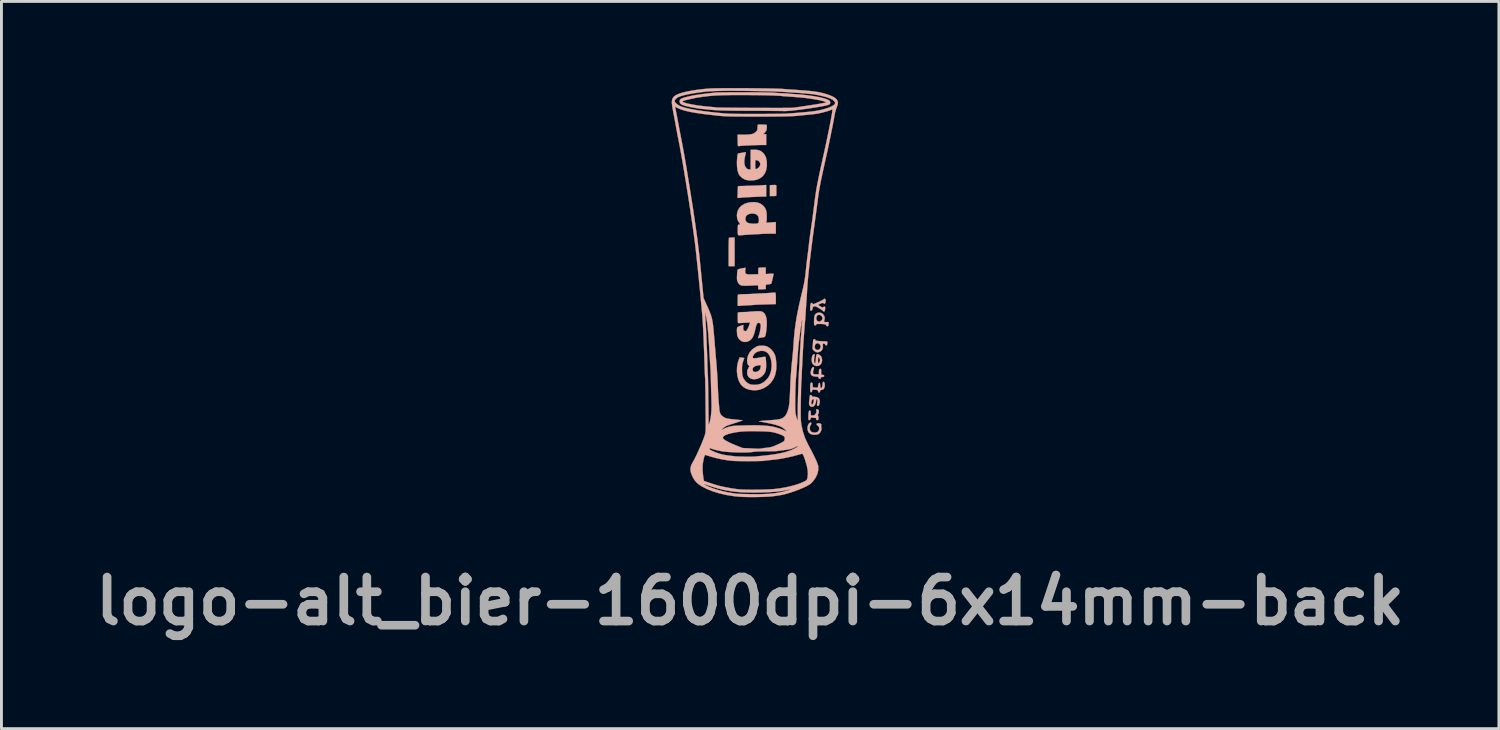
<source format=kicad_pcb>
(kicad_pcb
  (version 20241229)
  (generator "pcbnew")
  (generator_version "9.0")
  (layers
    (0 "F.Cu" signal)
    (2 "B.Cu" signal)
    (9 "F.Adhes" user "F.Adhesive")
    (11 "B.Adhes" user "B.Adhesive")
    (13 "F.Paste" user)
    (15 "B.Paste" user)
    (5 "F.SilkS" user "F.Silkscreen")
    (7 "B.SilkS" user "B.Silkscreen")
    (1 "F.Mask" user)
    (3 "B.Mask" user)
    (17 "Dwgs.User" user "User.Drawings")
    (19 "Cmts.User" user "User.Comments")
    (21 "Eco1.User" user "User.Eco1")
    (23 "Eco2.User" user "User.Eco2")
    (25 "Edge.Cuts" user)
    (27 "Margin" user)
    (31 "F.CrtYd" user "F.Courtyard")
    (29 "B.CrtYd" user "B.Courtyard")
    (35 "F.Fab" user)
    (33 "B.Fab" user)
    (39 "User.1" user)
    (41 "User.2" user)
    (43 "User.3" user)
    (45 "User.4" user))
  (footprint "logo-alt_bier-1600dpi-6x14mm-back"
    (layer "F.Cu")
    (at 22.965 6.952)
    (property "Reference" "logo-alt_bier-1600dpi-6x14mm-back" (at -0.025 10.825 0) (layer "F.Fab") (effects (font (size 1.524 1.524) (thickness 0.3))))
    (attr through_hole)
    (fp_poly (pts (xy -0.656 -1.771) (xy -0.707 -1.768) (xy -0.745 -1.766) (xy -0.759 -1.765) (xy -0.762 -1.75) (xy -0.764 -1.706) (xy -0.767 -1.639) (xy -0.769 -1.551) (xy -0.77 -1.447) (xy -0.771 -1.33) (xy -0.771 -1.272) (xy -0.771 -0.78) (xy -0.564 -0.78) (xy -0.564 -1.775) (xy -0.656 -1.771)) (stroke (width 0.01) (type solid)) (fill yes) (layer "B.SilkS"))
    (fp_poly (pts (xy 0.769 -3.592) (xy 0.658 -3.587) (xy 0.658 -3.209) (xy 0.769 -3.209) (xy 0.834 -3.211) (xy 0.87 -3.218) (xy 0.881 -3.229) (xy 0.881 -3.26) (xy 0.882 -3.313) (xy 0.882 -3.377) (xy 0.882 -3.443) (xy 0.882 -3.504) (xy 0.882 -3.551) (xy 0.881 -3.574) (xy 0.875 -3.586) (xy 0.853 -3.593) (xy 0.81 -3.594) (xy 0.769 -3.592)) (stroke (width 0.01) (type solid)) (fill yes) (layer "B.SilkS"))
    (fp_poly (pts (xy 0.384 -3.584) (xy 0.322 -3.58) (xy 0.236 -3.576) (xy 0.134 -3.572) (xy 0.022 -3.568) (xy -0.09 -3.564) (xy -0.104 -3.564) (xy -0.204 -3.561) (xy -0.293 -3.558) (xy -0.366 -3.556) (xy -0.418 -3.554) (xy -0.445 -3.552) (xy -0.448 -3.552) (xy -0.449 -3.536) (xy -0.451 -3.495) (xy -0.453 -3.434) (xy -0.456 -3.359) (xy -0.456 -3.348) (xy -0.463 -3.145) (xy -0.413 -3.145) (xy -0.376 -3.147) (xy -0.356 -3.152) (xy -0.356 -3.153) (xy -0.338 -3.156) (xy -0.295 -3.16) (xy -0.231 -3.164) (xy -0.152 -3.168) (xy -0.111 -3.17) (xy -0.02 -3.174) (xy 0.067 -3.178) (xy 0.141 -3.181) (xy 0.194 -3.184) (xy 0.206 -3.185) (xy 0.263 -3.188) (xy 0.335 -3.19) (xy 0.408 -3.192) (xy 0.531 -3.193) (xy 0.531 -3.594) (xy 0.384 -3.584)) (stroke (width 0.01) (type solid)) (fill yes) (layer "B.SilkS"))
    (fp_poly (pts (xy 2.06 4.636) (xy 2.024 4.658) (xy 1.992 4.702) (xy 1.969 4.761) (xy 1.96 4.824) (xy 1.96 4.827) (xy 1.971 4.917) (xy 2.006 4.986) (xy 2.064 5.033) (xy 2.145 5.058) (xy 2.206 5.062) (xy 2.287 5.055) (xy 2.346 5.034) (xy 2.351 5.032) (xy 2.398 4.987) (xy 2.431 4.924) (xy 2.446 4.855) (xy 2.44 4.801) (xy 2.433 4.759) (xy 2.436 4.729) (xy 2.437 4.727) (xy 2.441 4.699) (xy 2.418 4.677) (xy 2.371 4.666) (xy 2.347 4.665) (xy 2.303 4.667) (xy 2.282 4.676) (xy 2.277 4.696) (xy 2.277 4.697) (xy 2.292 4.729) (xy 2.315 4.744) (xy 2.349 4.772) (xy 2.366 4.816) (xy 2.366 4.868) (xy 2.349 4.918) (xy 2.317 4.956) (xy 2.304 4.964) (xy 2.236 4.985) (xy 2.166 4.984) (xy 2.104 4.963) (xy 2.078 4.944) (xy 2.048 4.893) (xy 2.038 4.829) (xy 2.049 4.765) (xy 2.072 4.722) (xy 2.093 4.684) (xy 2.094 4.653) (xy 2.076 4.636) (xy 2.06 4.636)) (stroke (width 0.01) (type solid)) (fill yes) (layer "B.SilkS"))
    (fp_poly (pts (xy 2.13 2.73) (xy 2.105 2.768) (xy 2.085 2.82) (xy 2.073 2.881) (xy 2.072 2.905) (xy 2.079 2.965) (xy 2.106 3.006) (xy 2.155 3.031) (xy 2.231 3.043) (xy 2.235 3.043) (xy 2.291 3.048) (xy 2.324 3.055) (xy 2.339 3.067) (xy 2.344 3.084) (xy 2.358 3.111) (xy 2.383 3.124) (xy 2.407 3.121) (xy 2.42 3.099) (xy 2.42 3.096) (xy 2.427 3.073) (xy 2.453 3.062) (xy 2.48 3.059) (xy 2.52 3.052) (xy 2.537 3.037) (xy 2.539 3.022) (xy 2.531 2.998) (xy 2.501 2.987) (xy 2.488 2.985) (xy 2.436 2.98) (xy 2.436 2.878) (xy 2.435 2.823) (xy 2.43 2.792) (xy 2.42 2.778) (xy 2.406 2.776) (xy 2.379 2.785) (xy 2.364 2.813) (xy 2.357 2.866) (xy 2.357 2.896) (xy 2.357 2.967) (xy 2.279 2.967) (xy 2.227 2.965) (xy 2.187 2.96) (xy 2.175 2.957) (xy 2.156 2.934) (xy 2.151 2.89) (xy 2.162 2.833) (xy 2.174 2.797) (xy 2.189 2.75) (xy 2.183 2.724) (xy 2.182 2.722) (xy 2.157 2.713) (xy 2.13 2.73)) (stroke (width 0.01) (type solid)) (fill yes) (layer "B.SilkS"))
    (fp_poly (pts (xy 2.277 2.279) (xy 2.265 2.314) (xy 2.257 2.376) (xy 2.253 2.427) (xy 2.247 2.493) (xy 2.24 2.546) (xy 2.232 2.579) (xy 2.228 2.586) (xy 2.211 2.573) (xy 2.197 2.552) (xy 2.187 2.512) (xy 2.188 2.448) (xy 2.2 2.359) (xy 2.208 2.318) (xy 2.212 2.283) (xy 2.204 2.27) (xy 2.18 2.271) (xy 2.149 2.29) (xy 2.125 2.337) (xy 2.109 2.404) (xy 2.104 2.471) (xy 2.115 2.551) (xy 2.148 2.614) (xy 2.199 2.658) (xy 2.261 2.679) (xy 2.33 2.675) (xy 2.376 2.656) (xy 2.426 2.613) (xy 2.456 2.552) (xy 2.468 2.483) (xy 2.465 2.46) (xy 2.395 2.46) (xy 2.394 2.495) (xy 2.381 2.53) (xy 2.36 2.572) (xy 2.343 2.583) (xy 2.331 2.564) (xy 2.325 2.514) (xy 2.325 2.483) (xy 2.328 2.418) (xy 2.337 2.38) (xy 2.352 2.373) (xy 2.37 2.395) (xy 2.381 2.418) (xy 2.395 2.46) (xy 2.465 2.46) (xy 2.46 2.412) (xy 2.434 2.349) (xy 2.388 2.301) (xy 2.373 2.292) (xy 2.328 2.271) (xy 2.297 2.266) (xy 2.277 2.279)) (stroke (width 0.01) (type solid)) (fill yes) (layer "B.SilkS"))
    (fp_poly (pts (xy 2.269 4.177) (xy 2.264 4.196) (xy 2.268 4.23) (xy 2.272 4.273) (xy 2.259 4.31) (xy 2.237 4.342) (xy 2.206 4.377) (xy 2.177 4.392) (xy 2.137 4.392) (xy 2.079 4.387) (xy 2.074 4.304) (xy 2.069 4.254) (xy 2.06 4.229) (xy 2.044 4.221) (xy 2.04 4.221) (xy 2.019 4.232) (xy 2.005 4.267) (xy 1.996 4.328) (xy 1.992 4.417) (xy 1.992 4.447) (xy 1.992 4.504) (xy 1.997 4.536) (xy 2.006 4.551) (xy 2.022 4.554) (xy 2.024 4.554) (xy 2.05 4.544) (xy 2.065 4.508) (xy 2.066 4.505) (xy 2.076 4.471) (xy 2.094 4.462) (xy 2.123 4.465) (xy 2.175 4.472) (xy 2.216 4.475) (xy 2.249 4.479) (xy 2.261 4.499) (xy 2.261 4.514) (xy 2.269 4.546) (xy 2.29 4.554) (xy 2.321 4.549) (xy 2.33 4.544) (xy 2.339 4.52) (xy 2.341 4.48) (xy 2.338 4.437) (xy 2.33 4.404) (xy 2.322 4.392) (xy 2.314 4.378) (xy 2.329 4.349) (xy 2.33 4.347) (xy 2.353 4.296) (xy 2.356 4.246) (xy 2.342 4.203) (xy 2.312 4.177) (xy 2.288 4.173) (xy 2.269 4.177)) (stroke (width 0.01) (type solid)) (fill yes) (layer "B.SilkS"))
    (fp_poly (pts (xy 0.778 0.138) (xy 0.718 0.142) (xy 0.702 0.143) (xy 0.64 0.148) (xy 0.556 0.153) (xy 0.458 0.158) (xy 0.358 0.163) (xy 0.319 0.165) (xy 0.228 0.169) (xy 0.145 0.173) (xy 0.077 0.177) (xy 0.03 0.18) (xy 0.015 0.182) (xy -0.019 0.184) (xy -0.077 0.186) (xy -0.15 0.188) (xy -0.232 0.19) (xy -0.235 0.19) (xy -0.313 0.192) (xy -0.378 0.196) (xy -0.424 0.201) (xy -0.447 0.207) (xy -0.447 0.208) (xy -0.451 0.229) (xy -0.454 0.275) (xy -0.456 0.338) (xy -0.457 0.408) (xy -0.457 0.593) (xy -0.416 0.595) (xy -0.383 0.595) (xy -0.37 0.592) (xy -0.353 0.59) (xy -0.311 0.586) (xy -0.248 0.582) (xy -0.171 0.578) (xy -0.143 0.577) (xy -0.059 0.573) (xy 0.016 0.568) (xy 0.076 0.564) (xy 0.113 0.561) (xy 0.118 0.561) (xy 0.144 0.558) (xy 0.198 0.555) (xy 0.273 0.552) (xy 0.364 0.549) (xy 0.466 0.545) (xy 0.51 0.544) (xy 0.864 0.533) (xy 0.864 0.338) (xy 0.863 0.245) (xy 0.859 0.18) (xy 0.852 0.144) (xy 0.847 0.138) (xy 0.824 0.136) (xy 0.778 0.138)) (stroke (width 0.01) (type solid)) (fill yes) (layer "B.SilkS"))
    (fp_poly (pts (xy 0.263 -5.687) (xy 0.257 -5.686) (xy 0.242 -5.681) (xy 0.233 -5.661) (xy 0.23 -5.62) (xy 0.229 -5.588) (xy 0.228 -5.532) (xy 0.22 -5.495) (xy 0.201 -5.465) (xy 0.17 -5.432) (xy 0.129 -5.397) (xy 0.081 -5.372) (xy 0.022 -5.354) (xy -0.055 -5.343) (xy -0.154 -5.337) (xy -0.26 -5.336) (xy -0.461 -5.336) (xy -0.458 -5.173) (xy -0.457 -5.101) (xy -0.456 -5.037) (xy -0.455 -4.991) (xy -0.454 -4.975) (xy -0.445 -4.947) (xy -0.416 -4.939) (xy -0.385 -4.942) (xy -0.373 -4.946) (xy -0.355 -4.949) (xy -0.31 -4.953) (xy -0.245 -4.957) (xy -0.163 -4.961) (xy -0.071 -4.966) (xy 0.027 -4.97) (xy 0.125 -4.973) (xy 0.219 -4.976) (xy 0.302 -4.978) (xy 0.368 -4.979) (xy 0.531 -4.979) (xy 0.531 -5.165) (xy 0.531 -5.352) (xy 0.43 -5.352) (xy 0.471 -5.396) (xy 0.504 -5.436) (xy 0.529 -5.475) (xy 0.531 -5.477) (xy 0.541 -5.509) (xy 0.548 -5.557) (xy 0.552 -5.608) (xy 0.551 -5.651) (xy 0.546 -5.675) (xy 0.545 -5.676) (xy 0.528 -5.679) (xy 0.487 -5.682) (xy 0.432 -5.685) (xy 0.371 -5.686) (xy 0.311 -5.687) (xy 0.263 -5.687)) (stroke (width 0.01) (type solid)) (fill yes) (layer "B.SilkS"))
    (fp_poly (pts (xy 2.056 3.685) (xy 2.045 3.703) (xy 2.038 3.741) (xy 2.033 3.78) (xy 2.026 3.846) (xy 2.019 3.909) (xy 2.014 3.943) (xy 2.016 4.005) (xy 2.039 4.053) (xy 2.076 4.084) (xy 2.122 4.093) (xy 2.169 4.078) (xy 2.195 4.057) (xy 2.232 4) (xy 2.255 3.927) (xy 2.261 3.868) (xy 2.264 3.85) (xy 2.181 3.85) (xy 2.178 3.893) (xy 2.178 3.895) (xy 2.166 3.95) (xy 2.148 3.989) (xy 2.127 4.011) (xy 2.107 4.01) (xy 2.093 3.985) (xy 2.09 3.971) (xy 2.092 3.931) (xy 2.107 3.886) (xy 2.129 3.847) (xy 2.152 3.825) (xy 2.159 3.824) (xy 2.176 3.829) (xy 2.181 3.85) (xy 2.264 3.85) (xy 2.266 3.838) (xy 2.281 3.833) (xy 2.287 3.835) (xy 2.303 3.847) (xy 2.307 3.875) (xy 2.303 3.918) (xy 2.296 3.969) (xy 2.291 4.012) (xy 2.289 4.022) (xy 2.296 4.05) (xy 2.32 4.059) (xy 2.345 4.056) (xy 2.361 4.035) (xy 2.371 4.003) (xy 2.388 3.912) (xy 2.38 3.841) (xy 2.347 3.789) (xy 2.29 3.758) (xy 2.208 3.745) (xy 2.189 3.744) (xy 2.144 3.741) (xy 2.122 3.729) (xy 2.114 3.713) (xy 2.093 3.686) (xy 2.074 3.681) (xy 2.056 3.685)) (stroke (width 0.01) (type solid)) (fill yes) (layer "B.SilkS"))
    (fp_poly (pts (xy 2.498 3.234) (xy 2.486 3.269) (xy 2.484 3.31) (xy 2.477 3.377) (xy 2.46 3.422) (xy 2.434 3.442) (xy 2.428 3.443) (xy 2.414 3.432) (xy 2.405 3.398) (xy 2.401 3.352) (xy 2.396 3.297) (xy 2.387 3.268) (xy 2.373 3.26) (xy 2.354 3.274) (xy 2.34 3.316) (xy 2.334 3.344) (xy 2.32 3.428) (xy 2.231 3.424) (xy 2.142 3.419) (xy 2.138 3.336) (xy 2.133 3.286) (xy 2.124 3.261) (xy 2.108 3.253) (xy 2.103 3.252) (xy 2.083 3.257) (xy 2.069 3.273) (xy 2.06 3.307) (xy 2.056 3.362) (xy 2.055 3.444) (xy 2.056 3.512) (xy 2.058 3.554) (xy 2.064 3.576) (xy 2.075 3.584) (xy 2.087 3.586) (xy 2.112 3.576) (xy 2.119 3.547) (xy 2.121 3.518) (xy 2.135 3.502) (xy 2.165 3.497) (xy 2.218 3.5) (xy 2.234 3.501) (xy 2.285 3.508) (xy 2.312 3.517) (xy 2.324 3.533) (xy 2.328 3.552) (xy 2.341 3.589) (xy 2.364 3.599) (xy 2.386 3.582) (xy 2.396 3.555) (xy 2.409 3.52) (xy 2.434 3.507) (xy 2.451 3.506) (xy 2.495 3.495) (xy 2.524 3.474) (xy 2.545 3.434) (xy 2.557 3.378) (xy 2.56 3.318) (xy 2.553 3.267) (xy 2.543 3.246) (xy 2.518 3.225) (xy 2.498 3.234)) (stroke (width 0.01) (type solid)) (fill yes) (layer "B.SilkS"))
    (fp_poly (pts (xy 2.319 0.831) (xy 2.26 0.858) (xy 2.219 0.901) (xy 2.207 0.934) (xy 2.197 0.989) (xy 2.19 1.055) (xy 2.187 1.124) (xy 2.187 1.188) (xy 2.192 1.238) (xy 2.2 1.263) (xy 2.226 1.275) (xy 2.251 1.265) (xy 2.261 1.242) (xy 2.27 1.23) (xy 2.3 1.223) (xy 2.355 1.22) (xy 2.362 1.22) (xy 2.469 1.223) (xy 2.545 1.231) (xy 2.591 1.246) (xy 2.61 1.266) (xy 2.611 1.27) (xy 2.623 1.293) (xy 2.651 1.301) (xy 2.679 1.29) (xy 2.679 1.289) (xy 2.686 1.268) (xy 2.69 1.228) (xy 2.69 1.218) (xy 2.69 1.157) (xy 2.609 1.157) (xy 2.561 1.156) (xy 2.539 1.15) (xy 2.534 1.137) (xy 2.538 1.121) (xy 2.554 1.056) (xy 2.557 1.022) (xy 2.484 1.022) (xy 2.47 1.068) (xy 2.436 1.109) (xy 2.391 1.136) (xy 2.365 1.141) (xy 2.324 1.13) (xy 2.293 1.109) (xy 2.268 1.064) (xy 2.265 1.009) (xy 2.281 0.955) (xy 2.315 0.915) (xy 2.315 0.915) (xy 2.358 0.903) (xy 2.405 0.915) (xy 2.447 0.945) (xy 2.476 0.986) (xy 2.484 1.022) (xy 2.557 1.022) (xy 2.558 1.009) (xy 2.55 0.968) (xy 2.542 0.946) (xy 2.502 0.886) (xy 2.447 0.846) (xy 2.383 0.827) (xy 2.319 0.831)) (stroke (width 0.01) (type solid)) (fill yes) (layer "B.SilkS"))
    (fp_poly (pts (xy 2.172 1.755) (xy 2.16 1.775) (xy 2.154 1.815) (xy 2.153 1.832) (xy 2.149 1.896) (xy 2.143 1.969) (xy 2.14 2.002) (xy 2.136 2.055) (xy 2.14 2.089) (xy 2.157 2.117) (xy 2.187 2.149) (xy 2.249 2.193) (xy 2.318 2.205) (xy 2.389 2.187) (xy 2.414 2.172) (xy 2.468 2.121) (xy 2.494 2.053) (xy 2.494 2.002) (xy 2.42 2.002) (xy 2.408 2.056) (xy 2.377 2.097) (xy 2.333 2.12) (xy 2.286 2.122) (xy 2.243 2.099) (xy 2.237 2.093) (xy 2.213 2.047) (xy 2.21 1.994) (xy 2.225 1.945) (xy 2.256 1.906) (xy 2.3 1.888) (xy 2.309 1.887) (xy 2.354 1.901) (xy 2.394 1.936) (xy 2.417 1.982) (xy 2.42 2.002) (xy 2.494 2.002) (xy 2.494 1.974) (xy 2.489 1.93) (xy 2.493 1.91) (xy 2.51 1.903) (xy 2.525 1.903) (xy 2.562 1.914) (xy 2.574 1.935) (xy 2.593 1.961) (xy 2.611 1.966) (xy 2.632 1.957) (xy 2.644 1.923) (xy 2.646 1.907) (xy 2.65 1.865) (xy 2.648 1.838) (xy 2.647 1.836) (xy 2.629 1.829) (xy 2.589 1.825) (xy 2.557 1.824) (xy 2.497 1.822) (xy 2.422 1.818) (xy 2.351 1.813) (xy 2.289 1.807) (xy 2.252 1.8) (xy 2.235 1.79) (xy 2.23 1.775) (xy 2.23 1.773) (xy 2.221 1.75) (xy 2.194 1.747) (xy 2.172 1.755)) (stroke (width 0.01) (type solid)) (fill yes) (layer "B.SilkS"))
    (fp_poly (pts (xy 2.536 0.353) (xy 2.52 0.369) (xy 2.502 0.382) (xy 2.462 0.404) (xy 2.406 0.432) (xy 2.342 0.462) (xy 2.278 0.49) (xy 2.22 0.515) (xy 2.175 0.532) (xy 2.151 0.538) (xy 2.136 0.525) (xy 2.134 0.514) (xy 2.121 0.494) (xy 2.105 0.49) (xy 2.081 0.502) (xy 2.066 0.538) (xy 2.057 0.602) (xy 2.055 0.676) (xy 2.056 0.725) (xy 2.061 0.75) (xy 2.074 0.758) (xy 2.091 0.757) (xy 2.116 0.747) (xy 2.128 0.719) (xy 2.131 0.694) (xy 2.14 0.651) (xy 2.163 0.626) (xy 2.182 0.617) (xy 2.206 0.609) (xy 2.23 0.609) (xy 2.26 0.62) (xy 2.304 0.643) (xy 2.358 0.673) (xy 2.415 0.708) (xy 2.461 0.74) (xy 2.489 0.763) (xy 2.495 0.77) (xy 2.516 0.789) (xy 2.531 0.792) (xy 2.55 0.783) (xy 2.563 0.753) (xy 2.569 0.719) (xy 2.573 0.672) (xy 2.572 0.639) (xy 2.57 0.631) (xy 2.547 0.618) (xy 2.519 0.625) (xy 2.505 0.641) (xy 2.495 0.652) (xy 2.475 0.649) (xy 2.436 0.63) (xy 2.422 0.622) (xy 2.369 0.591) (xy 2.342 0.57) (xy 2.34 0.555) (xy 2.362 0.539) (xy 2.397 0.523) (xy 2.46 0.498) (xy 2.499 0.491) (xy 2.515 0.501) (xy 2.515 0.506) (xy 2.529 0.519) (xy 2.545 0.522) (xy 2.567 0.513) (xy 2.581 0.482) (xy 2.585 0.46) (xy 2.589 0.413) (xy 2.587 0.377) (xy 2.585 0.372) (xy 2.564 0.35) (xy 2.536 0.353)) (stroke (width 0.01) (type solid)) (fill yes) (layer "B.SilkS"))
    (fp_poly (pts (xy 0.318 -0.73) (xy 0.276 -0.725) (xy 0.26 -0.715) (xy 0.259 -0.712) (xy 0.258 -0.687) (xy 0.257 -0.64) (xy 0.256 -0.597) (xy 0.253 -0.502) (xy 0.057 -0.497) (xy -0.027 -0.495) (xy -0.085 -0.496) (xy -0.124 -0.5) (xy -0.15 -0.507) (xy -0.168 -0.518) (xy -0.171 -0.521) (xy -0.189 -0.543) (xy -0.197 -0.571) (xy -0.196 -0.616) (xy -0.194 -0.638) (xy -0.185 -0.726) (xy -0.318 -0.703) (xy -0.396 -0.686) (xy -0.444 -0.67) (xy -0.462 -0.654) (xy -0.467 -0.628) (xy -0.472 -0.579) (xy -0.477 -0.514) (xy -0.48 -0.462) (xy -0.483 -0.385) (xy -0.482 -0.331) (xy -0.477 -0.292) (xy -0.467 -0.259) (xy -0.451 -0.224) (xy -0.424 -0.178) (xy -0.395 -0.145) (xy -0.358 -0.122) (xy -0.308 -0.109) (xy -0.241 -0.102) (xy -0.151 -0.102) (xy -0.064 -0.106) (xy 0.023 -0.109) (xy 0.101 -0.113) (xy 0.164 -0.116) (xy 0.205 -0.118) (xy 0.213 -0.119) (xy 0.238 -0.117) (xy 0.25 -0.104) (xy 0.254 -0.07) (xy 0.255 -0.05) (xy 0.256 0.022) (xy 0.318 0.022) (xy 0.377 0.021) (xy 0.44 0.018) (xy 0.448 0.017) (xy 0.515 0.012) (xy 0.515 -0.066) (xy 0.517 -0.115) (xy 0.525 -0.138) (xy 0.542 -0.145) (xy 0.543 -0.145) (xy 0.589 -0.149) (xy 0.639 -0.156) (xy 0.682 -0.165) (xy 0.706 -0.173) (xy 0.707 -0.174) (xy 0.713 -0.192) (xy 0.724 -0.233) (xy 0.738 -0.29) (xy 0.753 -0.353) (xy 0.767 -0.415) (xy 0.778 -0.468) (xy 0.784 -0.505) (xy 0.785 -0.514) (xy 0.77 -0.519) (xy 0.731 -0.52) (xy 0.675 -0.518) (xy 0.65 -0.517) (xy 0.515 -0.507) (xy 0.515 -0.732) (xy 0.388 -0.732) (xy 0.318 -0.73)) (stroke (width 0.01) (type solid)) (fill yes) (layer "B.SilkS"))
    (fp_poly (pts (xy 0.043 -4.814) (xy -0.009 -4.812) (xy -0.009 -4.13) (xy -0.054 -4.13) (xy -0.1 -4.139) (xy -0.14 -4.161) (xy -0.191 -4.22) (xy -0.221 -4.298) (xy -0.229 -4.398) (xy -0.217 -4.52) (xy -0.2 -4.598) (xy -0.187 -4.657) (xy -0.177 -4.702) (xy -0.174 -4.726) (xy -0.174 -4.728) (xy -0.19 -4.728) (xy -0.229 -4.722) (xy -0.281 -4.714) (xy -0.337 -4.704) (xy -0.39 -4.694) (xy -0.43 -4.686) (xy -0.447 -4.68) (xy -0.448 -4.68) (xy -0.457 -4.657) (xy -0.466 -4.608) (xy -0.474 -4.543) (xy -0.48 -4.466) (xy -0.484 -4.387) (xy -0.484 -4.377) (xy -0.481 -4.24) (xy -0.466 -4.118) (xy -0.441 -4.018) (xy -0.421 -3.969) (xy -0.371 -3.9) (xy -0.301 -3.837) (xy -0.221 -3.789) (xy -0.177 -3.772) (xy -0.084 -3.754) (xy 0.021 -3.75) (xy 0.125 -3.759) (xy 0.209 -3.778) (xy 0.325 -3.831) (xy 0.416 -3.904) (xy 0.484 -3.996) (xy 0.529 -4.109) (xy 0.552 -4.244) (xy 0.554 -4.281) (xy 0.554 -4.295) (xy 0.325 -4.295) (xy 0.3 -4.235) (xy 0.271 -4.199) (xy 0.232 -4.167) (xy 0.196 -4.148) (xy 0.183 -4.145) (xy 0.168 -4.147) (xy 0.159 -4.157) (xy 0.153 -4.179) (xy 0.151 -4.221) (xy 0.15 -4.287) (xy 0.15 -4.306) (xy 0.151 -4.379) (xy 0.153 -4.425) (xy 0.158 -4.45) (xy 0.166 -4.458) (xy 0.175 -4.457) (xy 0.211 -4.448) (xy 0.223 -4.447) (xy 0.25 -4.436) (xy 0.283 -4.411) (xy 0.286 -4.408) (xy 0.32 -4.354) (xy 0.325 -4.295) (xy 0.554 -4.295) (xy 0.549 -4.426) (xy 0.521 -4.549) (xy 0.468 -4.652) (xy 0.417 -4.712) (xy 0.36 -4.759) (xy 0.296 -4.79) (xy 0.221 -4.808) (xy 0.126 -4.815) (xy 0.043 -4.814)) (stroke (width 0.01) (type solid)) (fill yes) (layer "B.SilkS"))
    (fp_poly (pts (xy 0.032 -2.999) (xy -0.107 -2.978) (xy -0.228 -2.936) (xy -0.327 -2.874) (xy -0.404 -2.794) (xy -0.457 -2.697) (xy -0.482 -2.585) (xy -0.485 -2.534) (xy -0.475 -2.432) (xy -0.444 -2.347) (xy -0.403 -2.284) (xy -0.377 -2.246) (xy -0.374 -2.226) (xy -0.396 -2.221) (xy -0.416 -2.223) (xy -0.434 -2.22) (xy -0.445 -2.203) (xy -0.452 -2.168) (xy -0.456 -2.109) (xy -0.456 -2.024) (xy -0.456 -2.02) (xy -0.456 -1.946) (xy -0.453 -1.895) (xy -0.443 -1.865) (xy -0.419 -1.851) (xy -0.378 -1.848) (xy -0.313 -1.854) (xy -0.255 -1.86) (xy -0.192 -1.865) (xy -0.107 -1.871) (xy -0.01 -1.877) (xy 0.089 -1.882) (xy 0.118 -1.884) (xy 0.205 -1.888) (xy 0.281 -1.892) (xy 0.342 -1.896) (xy 0.379 -1.899) (xy 0.388 -1.9) (xy 0.412 -1.902) (xy 0.461 -1.903) (xy 0.529 -1.905) (xy 0.61 -1.906) (xy 0.638 -1.906) (xy 0.864 -1.907) (xy 0.864 -2.308) (xy 0.696 -2.296) (xy 0.528 -2.285) (xy 0.539 -2.32) (xy 0.544 -2.351) (xy 0.547 -2.396) (xy 0.277 -2.396) (xy 0.275 -2.33) (xy 0.266 -2.289) (xy 0.245 -2.266) (xy 0.206 -2.256) (xy 0.16 -2.253) (xy 0.036 -2.253) (xy -0.06 -2.266) (xy -0.128 -2.293) (xy -0.15 -2.311) (xy -0.179 -2.35) (xy -0.191 -2.399) (xy -0.191 -2.422) (xy -0.178 -2.493) (xy -0.138 -2.548) (xy -0.073 -2.585) (xy 0.013 -2.604) (xy 0.055 -2.606) (xy 0.144 -2.594) (xy 0.211 -2.561) (xy 0.255 -2.506) (xy 0.275 -2.429) (xy 0.277 -2.396) (xy 0.547 -2.396) (xy 0.548 -2.405) (xy 0.55 -2.472) (xy 0.55 -2.509) (xy 0.544 -2.627) (xy 0.524 -2.722) (xy 0.488 -2.801) (xy 0.432 -2.869) (xy 0.407 -2.892) (xy 0.324 -2.95) (xy 0.23 -2.985) (xy 0.118 -3) (xy 0.032 -2.999)) (stroke (width 0.01) (type solid)) (fill yes) (layer "B.SilkS"))
    (fp_poly (pts (xy 0.196 0.781) (xy 0.135 0.784) (xy 0.059 0.789) (xy -0.006 0.794) (xy -0.052 0.798) (xy -0.073 0.801) (xy -0.074 0.801) (xy -0.092 0.803) (xy -0.136 0.806) (xy -0.198 0.808) (xy -0.268 0.81) (xy -0.349 0.812) (xy -0.403 0.816) (xy -0.435 0.821) (xy -0.451 0.829) (xy -0.454 0.839) (xy -0.455 0.864) (xy -0.455 0.913) (xy -0.455 0.979) (xy -0.455 1.03) (xy -0.454 1.105) (xy -0.452 1.153) (xy -0.447 1.18) (xy -0.439 1.192) (xy -0.427 1.194) (xy -0.427 1.194) (xy -0.4 1.192) (xy -0.35 1.188) (xy -0.282 1.184) (xy -0.214 1.18) (xy -0.029 1.169) (xy -0.067 1.286) (xy -0.091 1.348) (xy -0.117 1.403) (xy -0.142 1.44) (xy -0.143 1.442) (xy -0.173 1.467) (xy -0.199 1.47) (xy -0.222 1.462) (xy -0.247 1.446) (xy -0.26 1.423) (xy -0.266 1.384) (xy -0.265 1.322) (xy -0.264 1.312) (xy -0.261 1.254) (xy -0.361 1.287) (xy -0.414 1.307) (xy -0.454 1.325) (xy -0.473 1.338) (xy -0.48 1.365) (xy -0.484 1.415) (xy -0.484 1.477) (xy -0.481 1.542) (xy -0.476 1.6) (xy -0.468 1.637) (xy -0.436 1.709) (xy -0.383 1.773) (xy -0.326 1.816) (xy -0.24 1.845) (xy -0.154 1.842) (xy -0.076 1.815) (xy -0.02 1.78) (xy 0.027 1.736) (xy 0.065 1.678) (xy 0.099 1.601) (xy 0.13 1.501) (xy 0.157 1.387) (xy 0.172 1.325) (xy 0.188 1.269) (xy 0.2 1.233) (xy 0.228 1.192) (xy 0.266 1.178) (xy 0.306 1.194) (xy 0.312 1.199) (xy 0.328 1.218) (xy 0.337 1.241) (xy 0.339 1.279) (xy 0.337 1.338) (xy 0.336 1.347) (xy 0.326 1.425) (xy 0.309 1.512) (xy 0.288 1.591) (xy 0.248 1.715) (xy 0.282 1.707) (xy 0.318 1.7) (xy 0.37 1.692) (xy 0.401 1.687) (xy 0.442 1.681) (xy 0.471 1.671) (xy 0.491 1.652) (xy 0.506 1.618) (xy 0.517 1.566) (xy 0.529 1.489) (xy 0.535 1.447) (xy 0.551 1.276) (xy 0.551 1.129) (xy 0.535 1.007) (xy 0.503 0.911) (xy 0.456 0.84) (xy 0.393 0.797) (xy 0.361 0.787) (xy 0.322 0.781) (xy 0.269 0.779) (xy 0.196 0.781)) (stroke (width 0.01) (type solid)) (fill yes) (layer "B.SilkS"))
    (fp_poly (pts (xy 0.312 1.976) (xy 0.263 1.982) (xy 0.219 1.996) (xy 0.167 2.021) (xy 0.153 2.029) (xy 0.045 2.104) (xy -0.039 2.2) (xy -0.098 2.313) (xy -0.128 2.435) (xy -0.131 2.507) (xy -0.122 2.575) (xy -0.103 2.631) (xy -0.076 2.666) (xy -0.074 2.668) (xy -0.057 2.681) (xy -0.056 2.697) (xy -0.072 2.725) (xy -0.082 2.74) (xy -0.117 2.815) (xy -0.131 2.899) (xy -0.123 2.979) (xy -0.12 2.989) (xy -0.083 3.056) (xy -0.026 3.103) (xy 0.046 3.13) (xy 0.128 3.137) (xy 0.215 3.124) (xy 0.301 3.09) (xy 0.383 3.036) (xy 0.406 3.015) (xy 0.456 2.958) (xy 0.492 2.897) (xy 0.515 2.825) (xy 0.527 2.736) (xy 0.528 2.695) (xy 0.341 2.695) (xy 0.333 2.747) (xy 0.316 2.794) (xy 0.28 2.837) (xy 0.229 2.868) (xy 0.172 2.884) (xy 0.118 2.883) (xy 0.08 2.862) (xy 0.057 2.82) (xy 0.06 2.771) (xy 0.087 2.725) (xy 0.132 2.69) (xy 0.175 2.674) (xy 0.232 2.66) (xy 0.259 2.656) (xy 0.341 2.645) (xy 0.341 2.695) (xy 0.528 2.695) (xy 0.529 2.625) (xy 0.527 2.564) (xy 0.522 2.49) (xy 0.516 2.426) (xy 0.51 2.382) (xy 0.504 2.362) (xy 0.484 2.359) (xy 0.439 2.363) (xy 0.377 2.372) (xy 0.332 2.38) (xy 0.229 2.4) (xy 0.154 2.41) (xy 0.103 2.411) (xy 0.074 2.401) (xy 0.063 2.38) (xy 0.068 2.348) (xy 0.073 2.333) (xy 0.116 2.262) (xy 0.18 2.207) (xy 0.26 2.17) (xy 0.348 2.153) (xy 0.438 2.157) (xy 0.523 2.186) (xy 0.531 2.19) (xy 0.597 2.244) (xy 0.649 2.323) (xy 0.688 2.42) (xy 0.711 2.531) (xy 0.719 2.651) (xy 0.711 2.775) (xy 0.686 2.897) (xy 0.648 3) (xy 0.593 3.091) (xy 0.516 3.177) (xy 0.427 3.249) (xy 0.334 3.298) (xy 0.333 3.299) (xy 0.241 3.322) (xy 0.137 3.332) (xy 0.036 3.326) (xy -0.027 3.313) (xy -0.103 3.277) (xy -0.176 3.216) (xy -0.237 3.14) (xy -0.258 3.104) (xy -0.278 3.06) (xy -0.291 3.016) (xy -0.3 2.963) (xy -0.305 2.892) (xy -0.307 2.852) (xy -0.308 2.732) (xy -0.3 2.633) (xy -0.28 2.546) (xy -0.252 2.47) (xy -0.237 2.432) (xy -0.232 2.408) (xy -0.232 2.405) (xy -0.251 2.399) (xy -0.289 2.392) (xy -0.312 2.389) (xy -0.385 2.378) (xy -0.418 2.454) (xy -0.459 2.585) (xy -0.481 2.729) (xy -0.484 2.878) (xy -0.467 3.023) (xy -0.432 3.156) (xy -0.398 3.233) (xy -0.358 3.302) (xy -0.317 3.353) (xy -0.264 3.401) (xy -0.243 3.417) (xy -0.153 3.468) (xy -0.044 3.502) (xy 0.077 3.519) (xy 0.2 3.517) (xy 0.304 3.498) (xy 0.452 3.442) (xy 0.582 3.362) (xy 0.69 3.26) (xy 0.776 3.136) (xy 0.838 2.995) (xy 0.868 2.87) (xy 0.879 2.771) (xy 0.882 2.659) (xy 0.877 2.545) (xy 0.866 2.437) (xy 0.848 2.344) (xy 0.834 2.298) (xy 0.781 2.196) (xy 0.706 2.106) (xy 0.618 2.035) (xy 0.589 2.018) (xy 0.538 1.995) (xy 0.489 1.982) (xy 0.429 1.976) (xy 0.38 1.975) (xy 0.312 1.976)) (stroke (width 0.01) (type solid)) (fill yes) (layer "B.SilkS"))
    (fp_poly (pts (xy -0.506 -6.805) (xy -0.655 -6.805) (xy -0.794 -6.804) (xy -0.92 -6.803) (xy -1.03 -6.801) (xy -1.119 -6.8) (xy -1.185 -6.798) (xy -1.223 -6.795) (xy -1.444 -6.771) (xy -1.634 -6.748) (xy -1.796 -6.727) (xy -1.929 -6.707) (xy -2.036 -6.688) (xy -2.088 -6.677) (xy -2.209 -6.648) (xy -2.301 -6.624) (xy -2.369 -6.602) (xy -2.417 -6.58) (xy -2.447 -6.556) (xy -2.463 -6.53) (xy -2.469 -6.498) (xy -2.469 -6.487) (xy -2.463 -6.447) (xy -2.443 -6.414) (xy -2.405 -6.384) (xy -2.347 -6.358) (xy -2.265 -6.332) (xy -2.157 -6.306) (xy -2.078 -6.29) (xy -1.986 -6.273) (xy -1.897 -6.257) (xy -1.818 -6.244) (xy -1.76 -6.236) (xy -1.747 -6.234) (xy -1.686 -6.228) (xy -1.608 -6.22) (xy -1.526 -6.212) (xy -1.501 -6.209) (xy -1.416 -6.2) (xy -1.329 -6.193) (xy -1.236 -6.186) (xy -1.135 -6.181) (xy -1.022 -6.176) (xy -0.895 -6.173) (xy -0.752 -6.17) (xy -0.588 -6.167) (xy -0.401 -6.166) (xy -0.189 -6.164) (xy 0.051 -6.163) (xy 0.093 -6.163) (xy 0.269 -6.163) (xy 0.436 -6.162) (xy 0.592 -6.161) (xy 0.733 -6.16) (xy 0.857 -6.159) (xy 0.96 -6.158) (xy 1.041 -6.157) (xy 1.096 -6.156) (xy 1.123 -6.155) (xy 1.125 -6.155) (xy 1.154 -6.154) (xy 1.206 -6.155) (xy 1.274 -6.159) (xy 1.333 -6.163) (xy 1.434 -6.172) (xy 1.553 -6.185) (xy 1.686 -6.201) (xy 1.828 -6.22) (xy 1.973 -6.24) (xy 2.117 -6.262) (xy 2.255 -6.283) (xy 2.382 -6.305) (xy 2.493 -6.325) (xy 2.583 -6.343) (xy 2.647 -6.358) (xy 2.654 -6.36) (xy 2.706 -6.378) (xy 2.734 -6.398) (xy 2.747 -6.425) (xy 2.748 -6.426) (xy 2.749 -6.456) (xy 2.605 -6.456) (xy 2.585 -6.447) (xy 2.557 -6.44) (xy 2.501 -6.429) (xy 2.423 -6.415) (xy 2.327 -6.398) (xy 2.218 -6.38) (xy 2.1 -6.362) (xy 1.978 -6.343) (xy 1.856 -6.324) (xy 1.738 -6.307) (xy 1.63 -6.292) (xy 1.536 -6.279) (xy 1.46 -6.27) (xy 1.428 -6.267) (xy 1.399 -6.266) (xy 1.342 -6.265) (xy 1.26 -6.264) (xy 1.156 -6.264) (xy 1.032 -6.263) (xy 0.891 -6.263) (xy 0.737 -6.263) (xy 0.573 -6.264) (xy 0.401 -6.264) (xy 0.225 -6.265) (xy 0.047 -6.265) (xy -0.13 -6.266) (xy -0.302 -6.267) (xy -0.467 -6.268) (xy -0.622 -6.269) (xy -0.764 -6.271) (xy -0.89 -6.272) (xy -0.996 -6.273) (xy -1.081 -6.275) (xy -1.14 -6.276) (xy -1.172 -6.277) (xy -1.176 -6.278) (xy -1.214 -6.283) (xy -1.273 -6.289) (xy -1.34 -6.295) (xy -1.35 -6.296) (xy -1.501 -6.309) (xy -1.649 -6.325) (xy -1.791 -6.343) (xy -1.925 -6.363) (xy -2.046 -6.385) (xy -2.152 -6.406) (xy -2.24 -6.428) (xy -2.308 -6.449) (xy -2.351 -6.469) (xy -2.368 -6.486) (xy -2.364 -6.496) (xy -2.341 -6.506) (xy -2.294 -6.522) (xy -2.226 -6.54) (xy -2.146 -6.56) (xy -2.058 -6.58) (xy -1.969 -6.599) (xy -1.885 -6.616) (xy -1.811 -6.628) (xy -1.81 -6.628) (xy -1.683 -6.647) (xy -1.566 -6.662) (xy -1.454 -6.675) (xy -1.345 -6.685) (xy -1.232 -6.693) (xy -1.111 -6.699) (xy -0.979 -6.703) (xy -0.83 -6.706) (xy -0.66 -6.708) (xy -0.465 -6.709) (xy -0.374 -6.709) (xy -0.147 -6.708) (xy 0.07 -6.707) (xy 0.274 -6.705) (xy 0.462 -6.702) (xy 0.632 -6.698) (xy 0.781 -6.693) (xy 0.907 -6.688) (xy 1.005 -6.682) (xy 1.063 -6.677) (xy 1.11 -6.672) (xy 1.169 -6.667) (xy 1.244 -6.661) (xy 1.34 -6.654) (xy 1.461 -6.646) (xy 1.579 -6.637) (xy 1.73 -6.625) (xy 1.884 -6.609) (xy 2.037 -6.589) (xy 2.182 -6.567) (xy 2.315 -6.543) (xy 2.431 -6.519) (xy 2.524 -6.495) (xy 2.571 -6.478) (xy 2.602 -6.465) (xy 2.605 -6.456) (xy 2.749 -6.456) (xy 2.75 -6.467) (xy 2.733 -6.502) (xy 2.693 -6.533) (xy 2.629 -6.563) (xy 2.538 -6.593) (xy 2.46 -6.614) (xy 2.343 -6.64) (xy 2.202 -6.665) (xy 2.044 -6.689) (xy 1.877 -6.71) (xy 1.708 -6.727) (xy 1.545 -6.74) (xy 1.507 -6.742) (xy 1.433 -6.747) (xy 1.371 -6.751) (xy 1.327 -6.755) (xy 1.309 -6.757) (xy 1.309 -6.757) (xy 1.291 -6.76) (xy 1.247 -6.763) (xy 1.183 -6.767) (xy 1.104 -6.771) (xy 1.063 -6.773) (xy 0.976 -6.777) (xy 0.897 -6.782) (xy 0.835 -6.786) (xy 0.794 -6.79) (xy 0.785 -6.792) (xy 0.757 -6.794) (xy 0.701 -6.796) (xy 0.62 -6.798) (xy 0.518 -6.8) (xy 0.398 -6.802) (xy 0.263 -6.803) (xy 0.117 -6.804) (xy -0.036 -6.805) (xy -0.193 -6.805) (xy -0.351 -6.805) (xy -0.506 -6.805)) (stroke (width 0.01) (type solid)) (fill yes) (layer "B.SilkS"))
    (fp_poly (pts (xy -0.818 -6.947) (xy -0.978 -6.946) (xy -1.123 -6.944) (xy -1.248 -6.942) (xy -1.351 -6.939) (xy -1.428 -6.936) (xy -1.438 -6.935) (xy -1.65 -6.916) (xy -1.862 -6.891) (xy -2.064 -6.859) (xy -2.248 -6.822) (xy -2.375 -6.79) (xy -2.498 -6.751) (xy -2.593 -6.709) (xy -2.661 -6.662) (xy -2.706 -6.606) (xy -2.731 -6.539) (xy -2.739 -6.458) (xy -2.739 -6.457) (xy -2.736 -6.414) (xy -2.728 -6.347) (xy -2.715 -6.261) (xy -2.698 -6.164) (xy -2.679 -6.061) (xy -2.676 -6.047) (xy -2.655 -5.938) (xy -2.634 -5.828) (xy -2.615 -5.726) (xy -2.599 -5.638) (xy -2.588 -5.574) (xy -2.588 -5.574) (xy -2.577 -5.513) (xy -2.561 -5.428) (xy -2.542 -5.325) (xy -2.52 -5.214) (xy -2.498 -5.1) (xy -2.491 -5.066) (xy -2.461 -4.912) (xy -2.428 -4.73) (xy -2.391 -4.525) (xy -2.352 -4.299) (xy -2.312 -4.058) (xy -2.27 -3.805) (xy -2.228 -3.543) (xy -2.185 -3.277) (xy -2.143 -3.01) (xy -2.103 -2.747) (xy -2.065 -2.491) (xy -2.029 -2.247) (xy -1.996 -2.017) (xy -1.967 -1.806) (xy -1.942 -1.618) (xy -1.938 -1.589) (xy -1.927 -1.496) (xy -1.913 -1.376) (xy -1.897 -1.232) (xy -1.88 -1.07) (xy -1.861 -0.892) (xy -1.841 -0.704) (xy -1.821 -0.509) (xy -1.801 -0.311) (xy -1.782 -0.116) (xy -1.763 0.074) (xy -1.746 0.253) (xy -1.73 0.418) (xy -1.724 0.49) (xy -1.714 0.599) (xy -1.704 0.701) (xy -1.696 0.792) (xy -1.69 0.865) (xy -1.685 0.915) (xy -1.684 0.927) (xy -1.68 0.979) (xy -1.675 1.051) (xy -1.67 1.129) (xy -1.668 1.157) (xy -1.663 1.241) (xy -1.658 1.331) (xy -1.653 1.41) (xy -1.652 1.427) (xy -1.649 1.487) (xy -1.645 1.57) (xy -1.641 1.664) (xy -1.637 1.761) (xy -1.636 1.784) (xy -1.632 1.889) (xy -1.628 2.003) (xy -1.624 2.113) (xy -1.62 2.206) (xy -1.62 2.213) (xy -1.617 2.292) (xy -1.614 2.393) (xy -1.61 2.508) (xy -1.606 2.626) (xy -1.603 2.721) (xy -1.6 2.822) (xy -1.596 2.915) (xy -1.592 2.995) (xy -1.589 3.056) (xy -1.586 3.092) (xy -1.586 3.094) (xy -1.584 3.12) (xy -1.583 3.174) (xy -1.581 3.254) (xy -1.579 3.357) (xy -1.576 3.48) (xy -1.574 3.618) (xy -1.572 3.771) (xy -1.571 3.934) (xy -1.569 4.054) (xy -1.568 4.247) (xy -1.566 4.41) (xy -1.565 4.548) (xy -1.565 4.661) (xy -1.565 4.754) (xy -1.566 4.829) (xy -1.567 4.888) (xy -1.57 4.935) (xy -1.573 4.971) (xy -1.577 5) (xy -1.582 5.025) (xy -1.588 5.047) (xy -1.593 5.062) (xy -1.623 5.152) (xy -1.665 5.261) (xy -1.714 5.382) (xy -1.769 5.51) (xy -1.826 5.637) (xy -1.882 5.758) (xy -1.935 5.866) (xy -1.981 5.954) (xy -2.005 5.995) (xy -2.058 6.093) (xy -2.088 6.184) (xy -2.094 6.274) (xy -2.078 6.368) (xy -2.039 6.475) (xy -2.008 6.538) (xy -1.953 6.632) (xy -1.886 6.711) (xy -1.8 6.783) (xy -1.72 6.837) (xy -1.54 6.932) (xy -1.335 7.016) (xy -1.108 7.087) (xy -0.861 7.144) (xy -0.601 7.186) (xy -0.421 7.205) (xy -0.313 7.212) (xy -0.18 7.216) (xy -0.03 7.219) (xy 0.128 7.219) (xy 0.286 7.216) (xy 0.439 7.212) (xy 0.577 7.206) (xy 0.692 7.198) (xy 0.714 7.196) (xy 0.812 7.184) (xy 0.918 7.169) (xy 1.019 7.153) (xy 1.085 7.141) (xy 1.213 7.11) (xy 1.359 7.067) (xy 1.513 7.016) (xy 1.665 6.959) (xy 1.671 6.956) (xy 1.367 6.956) (xy 1.357 6.964) (xy 1.322 6.976) (xy 1.268 6.993) (xy 1.202 7.011) (xy 1.131 7.029) (xy 1.059 7.045) (xy 1.015 7.054) (xy 0.881 7.077) (xy 0.744 7.095) (xy 0.598 7.108) (xy 0.439 7.115) (xy 0.26 7.119) (xy 0.057 7.118) (xy 0.007 7.118) (xy -0.112 7.116) (xy -0.223 7.113) (xy -0.321 7.111) (xy -0.401 7.108) (xy -0.459 7.106) (xy -0.491 7.103) (xy -0.493 7.103) (xy -0.532 7.097) (xy -0.59 7.089) (xy -0.657 7.079) (xy -0.668 7.078) (xy -0.795 7.056) (xy -0.932 7.026) (xy -1.073 6.99) (xy -1.211 6.95) (xy -1.34 6.907) (xy -1.454 6.863) (xy -1.547 6.821) (xy -1.597 6.793) (xy -1.623 6.774) (xy -1.627 6.767) (xy -1.62 6.769) (xy -1.381 6.85) (xy -1.16 6.916) (xy -0.95 6.969) (xy -0.744 7.008) (xy -0.533 7.036) (xy -0.311 7.054) (xy -0.071 7.062) (xy 0.11 7.064) (xy 0.33 7.061) (xy 0.539 7.054) (xy 0.735 7.043) (xy 0.912 7.028) (xy 1.067 7.009) (xy 1.195 6.987) (xy 1.216 6.983) (xy 1.279 6.969) (xy 1.33 6.96) (xy 1.361 6.956) (xy 1.367 6.956) (xy 1.671 6.956) (xy 1.805 6.9) (xy 1.888 6.861) (xy 1.969 6.82) (xy 2.028 6.785) (xy 2.075 6.751) (xy 2.116 6.712) (xy 2.149 6.677) (xy 2.238 6.554) (xy 2.3 6.426) (xy 2.301 6.423) (xy 1.975 6.423) (xy 1.964 6.536) (xy 1.957 6.565) (xy 1.947 6.6) (xy 1.934 6.625) (xy 1.911 6.646) (xy 1.873 6.668) (xy 1.811 6.698) (xy 1.811 6.699) (xy 1.675 6.755) (xy 1.515 6.807) (xy 1.337 6.854) (xy 1.148 6.893) (xy 0.954 6.924) (xy 0.799 6.942) (xy 0.702 6.949) (xy 0.582 6.955) (xy 0.448 6.959) (xy 0.304 6.963) (xy 0.156 6.964) (xy 0.011 6.965) (xy -0.125 6.963) (xy -0.247 6.961) (xy -0.349 6.956) (xy -0.418 6.951) (xy -0.568 6.932) (xy -0.734 6.905) (xy -0.903 6.873) (xy -1.06 6.839) (xy -1.089 6.832) (xy -1.144 6.817) (xy -1.215 6.796) (xy -1.294 6.772) (xy -1.377 6.745) (xy -1.456 6.719) (xy -1.527 6.696) (xy -1.582 6.676) (xy -1.617 6.662) (xy -1.626 6.657) (xy -1.633 6.636) (xy -1.641 6.591) (xy -1.65 6.527) (xy -1.659 6.453) (xy -1.666 6.375) (xy -1.672 6.3) (xy -1.675 6.235) (xy -1.675 6.213) (xy -1.672 6.137) (xy -1.664 6.055) (xy -1.651 5.973) (xy -1.636 5.897) (xy -1.62 5.833) (xy -1.603 5.785) (xy -1.586 5.761) (xy -1.579 5.759) (xy -1.556 5.766) (xy -1.509 5.78) (xy -1.446 5.8) (xy -1.383 5.819) (xy -1.2 5.87) (xy -1.001 5.913) (xy -0.803 5.946) (xy -0.628 5.965) (xy -0.567 5.968) (xy -0.483 5.971) (xy -0.383 5.973) (xy -0.27 5.974) (xy -0.151 5.975) (xy -0.029 5.975) (xy 0.09 5.974) (xy 0.2 5.973) (xy 0.298 5.971) (xy 0.378 5.968) (xy 0.435 5.965) (xy 0.46 5.962) (xy 0.505 5.955) (xy 0.563 5.947) (xy 0.587 5.945) (xy 0.636 5.94) (xy 0.707 5.933) (xy 0.787 5.924) (xy 0.841 5.919) (xy 1.028 5.893) (xy 1.24 5.853) (xy 1.471 5.8) (xy 1.718 5.733) (xy 1.77 5.718) (xy 1.788 5.725) (xy 1.81 5.756) (xy 1.836 5.814) (xy 1.867 5.899) (xy 1.894 5.983) (xy 1.941 6.15) (xy 1.968 6.295) (xy 1.975 6.423) (xy 2.301 6.423) (xy 2.333 6.295) (xy 2.335 6.165) (xy 2.334 6.152) (xy 2.32 6.098) (xy 2.291 6.019) (xy 2.246 5.916) (xy 2.186 5.79) (xy 2.112 5.644) (xy 2.025 5.479) (xy 2.01 5.451) (xy 1.642 5.451) (xy 1.629 5.468) (xy 1.592 5.494) (xy 1.538 5.524) (xy 1.473 5.557) (xy 1.403 5.588) (xy 1.357 5.606) (xy 1.25 5.643) (xy 1.138 5.675) (xy 1.013 5.703) (xy 0.874 5.729) (xy 0.714 5.753) (xy 0.531 5.775) (xy 0.364 5.793) (xy 0.29 5.8) (xy 0.225 5.807) (xy 0.178 5.813) (xy 0.158 5.815) (xy 0.121 5.818) (xy 0.058 5.819) (xy -0.023 5.82) (xy -0.116 5.82) (xy -0.215 5.819) (xy -0.313 5.817) (xy -0.403 5.815) (xy -0.478 5.812) (xy -0.533 5.809) (xy -0.548 5.807) (xy -0.623 5.798) (xy -0.703 5.789) (xy -0.747 5.784) (xy -0.814 5.775) (xy -0.893 5.763) (xy -0.96 5.75) (xy -1.031 5.733) (xy -1.11 5.709) (xy -1.191 5.681) (xy -1.269 5.65) (xy -1.339 5.619) (xy -1.394 5.592) (xy -1.428 5.568) (xy -1.438 5.555) (xy -1.425 5.533) (xy -1.396 5.53) (xy -1.377 5.537) (xy -1.339 5.552) (xy -1.279 5.57) (xy -1.204 5.59) (xy -1.122 5.609) (xy -1.042 5.625) (xy -1.001 5.633) (xy -0.904 5.645) (xy -0.79 5.656) (xy -0.662 5.664) (xy -0.528 5.67) (xy -0.392 5.673) (xy -0.262 5.674) (xy -0.141 5.672) (xy -0.037 5.667) (xy 0.046 5.659) (xy 0.088 5.652) (xy 0.127 5.646) (xy 0.19 5.642) (xy 0.274 5.638) (xy 0.371 5.636) (xy 0.474 5.635) (xy 0.493 5.635) (xy 0.597 5.634) (xy 0.694 5.633) (xy 0.778 5.632) (xy 0.843 5.629) (xy 0.884 5.627) (xy 0.888 5.626) (xy 1.024 5.609) (xy 1.132 5.595) (xy 1.216 5.583) (xy 1.281 5.573) (xy 1.331 5.564) (xy 1.369 5.556) (xy 1.4 5.547) (xy 1.412 5.544) (xy 1.46 5.527) (xy 1.496 5.512) (xy 1.507 5.506) (xy 1.531 5.493) (xy 1.566 5.476) (xy 1.604 5.461) (xy 1.633 5.452) (xy 1.642 5.451) (xy 2.01 5.451) (xy 1.976 5.388) (xy 1.883 5.19) (xy 1.175 5.19) (xy 1.171 5.225) (xy 1.162 5.253) (xy 1.147 5.277) (xy 1.119 5.301) (xy 1.075 5.328) (xy 1.01 5.36) (xy 0.921 5.401) (xy 0.91 5.406) (xy 0.823 5.444) (xy 0.756 5.47) (xy 0.698 5.487) (xy 0.641 5.499) (xy 0.575 5.507) (xy 0.563 5.509) (xy 0.49 5.517) (xy 0.422 5.526) (xy 0.371 5.534) (xy 0.356 5.537) (xy 0.306 5.544) (xy 0.244 5.546) (xy 0.221 5.545) (xy 0.175 5.543) (xy 0.106 5.539) (xy 0.023 5.535) (xy -0.064 5.53) (xy -0.072 5.53) (xy -0.287 5.52) (xy -0.531 5.423) (xy -0.658 5.37) (xy -0.767 5.319) (xy -0.856 5.272) (xy -0.921 5.23) (xy -0.959 5.195) (xy -0.967 5.182) (xy -0.967 5.142) (xy -0.935 5.103) (xy -0.873 5.067) (xy -0.78 5.033) (xy -0.658 5.001) (xy -0.646 4.999) (xy -0.536 4.977) (xy -0.427 4.961) (xy -0.316 4.949) (xy -0.195 4.941) (xy -0.058 4.937) (xy 0.099 4.937) (xy 0.247 4.939) (xy 0.39 4.942) (xy 0.507 4.946) (xy 0.604 4.952) (xy 0.685 4.96) (xy 0.756 4.971) (xy 0.823 4.986) (xy 0.892 5.006) (xy 0.967 5.031) (xy 1.014 5.048) (xy 1.092 5.08) (xy 1.142 5.111) (xy 1.168 5.146) (xy 1.175 5.19) (xy 1.883 5.19) (xy 1.878 5.18) (xy 1.803 4.957) (xy 1.751 4.721) (xy 1.744 4.673) (xy 1.738 4.627) (xy 1.733 4.578) (xy 1.73 4.523) (xy 1.728 4.457) (xy 1.727 4.377) (xy 1.727 4.279) (xy 1.727 4.159) (xy 1.729 4.014) (xy 1.73 3.927) (xy 1.732 3.788) (xy 1.735 3.657) (xy 1.737 3.539) (xy 1.739 3.437) (xy 1.741 3.354) (xy 1.743 3.295) (xy 1.745 3.263) (xy 1.745 3.26) (xy 1.748 3.227) (xy 1.752 3.17) (xy 1.756 3.095) (xy 1.76 3.011) (xy 1.761 2.982) (xy 1.765 2.89) (xy 1.769 2.798) (xy 1.773 2.718) (xy 1.777 2.658) (xy 1.777 2.649) (xy 1.781 2.59) (xy 1.785 2.511) (xy 1.79 2.423) (xy 1.793 2.355) (xy 1.799 2.235) (xy 1.804 2.121) (xy 1.811 2.009) (xy 1.818 1.896) (xy 1.826 1.776) (xy 1.835 1.645) (xy 1.846 1.5) (xy 1.859 1.335) (xy 1.874 1.146) (xy 1.879 1.094) (xy 1.781 1.094) (xy 1.778 1.125) (xy 1.773 1.17) (xy 1.767 1.233) (xy 1.762 1.292) (xy 1.744 1.535) (xy 1.728 1.748) (xy 1.716 1.932) (xy 1.707 2.087) (xy 1.7 2.216) (xy 1.699 2.244) (xy 1.693 2.366) (xy 1.688 2.482) (xy 1.682 2.6) (xy 1.674 2.732) (xy 1.666 2.871) (xy 1.664 2.913) (xy 1.661 2.96) (xy 1.659 3.018) (xy 1.656 3.088) (xy 1.652 3.175) (xy 1.648 3.282) (xy 1.644 3.412) (xy 1.638 3.568) (xy 1.634 3.689) (xy 1.631 3.785) (xy 1.629 3.902) (xy 1.626 4.029) (xy 1.625 4.156) (xy 1.624 4.253) (xy 1.623 4.578) (xy 1.593 4.501) (xy 1.575 4.445) (xy 1.557 4.373) (xy 1.545 4.302) (xy 1.54 4.25) (xy 1.537 4.172) (xy 1.535 4.071) (xy 1.535 3.955) (xy 1.535 3.827) (xy 1.537 3.693) (xy 1.54 3.559) (xy 1.544 3.428) (xy 1.549 3.307) (xy 1.554 3.2) (xy 1.561 3.113) (xy 1.561 3.11) (xy 1.569 3.02) (xy 1.577 2.924) (xy 1.584 2.838) (xy 1.586 2.808) (xy 1.6 2.607) (xy 1.612 2.436) (xy 1.623 2.291) (xy 1.632 2.17) (xy 1.64 2.072) (xy 1.647 1.992) (xy 1.653 1.93) (xy 1.658 1.882) (xy 1.658 1.879) (xy 1.683 1.691) (xy 1.703 1.532) (xy 1.721 1.401) (xy 1.735 1.297) (xy 1.747 1.216) (xy 1.757 1.159) (xy 1.764 1.122) (xy 1.769 1.106) (xy 1.779 1.087) (xy 1.781 1.094) (xy 1.879 1.094) (xy 1.888 0.982) (xy 1.892 0.927) (xy 1.897 0.852) (xy 1.902 0.771) (xy 1.904 0.736) (xy 1.909 0.656) (xy 1.914 0.577) (xy 1.918 0.512) (xy 1.92 0.49) (xy 1.929 0.374) (xy 1.938 0.232) (xy 1.947 0.072) (xy 1.952 -0.026) (xy 1.96 -0.136) (xy 1.971 -0.273) (xy 1.986 -0.435) (xy 2.005 -0.617) (xy 2.026 -0.816) (xy 2.05 -1.028) (xy 2.076 -1.25) (xy 2.104 -1.477) (xy 2.133 -1.706) (xy 2.163 -1.934) (xy 2.19 -2.129) (xy 2.21 -2.277) (xy 2.232 -2.437) (xy 2.254 -2.6) (xy 2.275 -2.758) (xy 2.294 -2.902) (xy 2.309 -3.018) (xy 2.321 -3.115) (xy 2.333 -3.205) (xy 2.346 -3.291) (xy 2.359 -3.375) (xy 2.373 -3.462) (xy 2.39 -3.553) (xy 2.409 -3.653) (xy 2.431 -3.765) (xy 2.458 -3.89) (xy 2.488 -4.034) (xy 2.524 -4.198) (xy 2.566 -4.386) (xy 2.613 -4.601) (xy 2.626 -4.661) (xy 2.653 -4.782) (xy 2.682 -4.916) (xy 2.712 -5.059) (xy 2.742 -5.206) (xy 2.772 -5.354) (xy 2.801 -5.498) (xy 2.829 -5.634) (xy 2.853 -5.759) (xy 2.874 -5.868) (xy 2.89 -5.957) (xy 2.901 -6.022) (xy 2.905 -6.05) (xy 2.916 -6.106) (xy 2.936 -6.178) (xy 2.94 -6.188) (xy 2.825 -6.188) (xy 2.82 -6.141) (xy 2.809 -6.068) (xy 2.792 -5.973) (xy 2.772 -5.859) (xy 2.747 -5.728) (xy 2.719 -5.584) (xy 2.687 -5.429) (xy 2.654 -5.266) (xy 2.619 -5.098) (xy 2.583 -4.928) (xy 2.546 -4.759) (xy 2.509 -4.593) (xy 2.499 -4.55) (xy 2.469 -4.414) (xy 2.436 -4.265) (xy 2.403 -4.113) (xy 2.372 -3.969) (xy 2.345 -3.84) (xy 2.333 -3.78) (xy 2.311 -3.671) (xy 2.292 -3.574) (xy 2.275 -3.481) (xy 2.26 -3.389) (xy 2.245 -3.291) (xy 2.229 -3.182) (xy 2.213 -3.056) (xy 2.194 -2.907) (xy 2.182 -2.812) (xy 2.163 -2.66) (xy 2.144 -2.516) (xy 2.125 -2.371) (xy 2.103 -2.216) (xy 2.078 -2.043) (xy 2.064 -1.947) (xy 2.049 -1.842) (xy 2.035 -1.733) (xy 2.021 -1.629) (xy 2.011 -1.543) (xy 2.007 -1.51) (xy 1.997 -1.415) (xy 1.984 -1.308) (xy 1.971 -1.206) (xy 1.968 -1.177) (xy 1.957 -1.101) (xy 1.949 -1.035) (xy 1.941 -0.973) (xy 1.934 -0.909) (xy 1.926 -0.836) (xy 1.917 -0.749) (xy 1.905 -0.64) (xy 1.897 -0.558) (xy 1.88 -0.416) (xy 1.861 -0.285) (xy 1.836 -0.153) (xy 1.804 -0.009) (xy 1.787 0.061) (xy 1.726 0.316) (xy 1.674 0.545) (xy 1.63 0.755) (xy 1.592 0.949) (xy 1.561 1.134) (xy 1.535 1.315) (xy 1.513 1.497) (xy 1.495 1.684) (xy 1.48 1.883) (xy 1.476 1.943) (xy 1.469 2.039) (xy 1.463 2.127) (xy 1.455 2.215) (xy 1.446 2.313) (xy 1.434 2.43) (xy 1.428 2.49) (xy 1.405 2.722) (xy 1.388 2.94) (xy 1.374 3.16) (xy 1.364 3.371) (xy 1.358 3.538) (xy 1.351 3.676) (xy 1.345 3.789) (xy 1.339 3.883) (xy 1.333 3.959) (xy 1.325 4.022) (xy 1.316 4.076) (xy 1.306 4.125) (xy 1.294 4.171) (xy 1.282 4.213) (xy 1.246 4.311) (xy 1.206 4.384) (xy 1.157 4.439) (xy 1.098 4.482) (xy 1.06 4.5) (xy 1.012 4.515) (xy 0.949 4.528) (xy 0.867 4.539) (xy 0.763 4.549) (xy 0.632 4.559) (xy 0.595 4.562) (xy 0.503 4.568) (xy 0.421 4.575) (xy 0.353 4.582) (xy 0.305 4.587) (xy 0.282 4.592) (xy 0.281 4.593) (xy 0.294 4.597) (xy 0.333 4.605) (xy 0.391 4.617) (xy 0.463 4.63) (xy 0.472 4.632) (xy 0.639 4.664) (xy 0.778 4.695) (xy 0.892 4.726) (xy 0.985 4.758) (xy 1.06 4.792) (xy 1.121 4.83) (xy 1.156 4.858) (xy 1.201 4.9) (xy 1.224 4.928) (xy 1.225 4.939) (xy 1.203 4.933) (xy 1.178 4.92) (xy 1.142 4.902) (xy 1.084 4.878) (xy 1.013 4.852) (xy 0.958 4.833) (xy 0.85 4.801) (xy 0.735 4.775) (xy 0.61 4.756) (xy 0.47 4.743) (xy 0.312 4.735) (xy 0.131 4.732) (xy -0.077 4.734) (xy -0.104 4.735) (xy -0.221 4.737) (xy -0.332 4.74) (xy -0.431 4.744) (xy -0.514 4.747) (xy -0.574 4.751) (xy -0.604 4.753) (xy -0.697 4.769) (xy -0.789 4.792) (xy -0.871 4.821) (xy -0.935 4.851) (xy -0.955 4.864) (xy -0.991 4.888) (xy -1.007 4.892) (xy -1.003 4.879) (xy -0.98 4.852) (xy -0.945 4.819) (xy -0.918 4.798) (xy -0.892 4.779) (xy -0.861 4.762) (xy -0.82 4.744) (xy -0.766 4.724) (xy -0.694 4.699) (xy -0.6 4.668) (xy -0.51 4.64) (xy -0.43 4.614) (xy -0.364 4.591) (xy -0.315 4.574) (xy -0.29 4.563) (xy -0.287 4.56) (xy -0.308 4.557) (xy -0.354 4.552) (xy -0.42 4.545) (xy -0.501 4.537) (xy -0.56 4.531) (xy -0.668 4.52) (xy -0.75 4.51) (xy -0.813 4.499) (xy -0.861 4.487) (xy -0.9 4.471) (xy -0.937 4.451) (xy -0.965 4.432) (xy -1.019 4.388) (xy -1.056 4.337) (xy -1.079 4.273) (xy -1.093 4.188) (xy -1.095 4.157) (xy -1.101 4.087) (xy -1.102 4.075) (xy -1.363 4.075) (xy -1.368 4.23) (xy -1.381 4.377) (xy -1.4 4.507) (xy -1.424 4.61) (xy -1.441 4.661) (xy -1.454 4.695) (xy -1.462 4.706) (xy -1.462 4.705) (xy -1.463 4.686) (xy -1.465 4.639) (xy -1.466 4.566) (xy -1.468 4.471) (xy -1.47 4.355) (xy -1.471 4.223) (xy -1.473 4.078) (xy -1.475 3.922) (xy -1.476 3.864) (xy -1.478 3.703) (xy -1.479 3.552) (xy -1.481 3.413) (xy -1.483 3.288) (xy -1.485 3.182) (xy -1.487 3.097) (xy -1.489 3.036) (xy -1.49 3.003) (xy -1.491 2.998) (xy -1.493 2.971) (xy -1.496 2.918) (xy -1.499 2.843) (xy -1.502 2.751) (xy -1.506 2.648) (xy -1.507 2.594) (xy -1.511 2.477) (xy -1.514 2.361) (xy -1.518 2.252) (xy -1.521 2.158) (xy -1.524 2.086) (xy -1.525 2.07) (xy -1.528 1.987) (xy -1.533 1.887) (xy -1.537 1.783) (xy -1.541 1.705) (xy -1.548 1.534) (xy -1.556 1.372) (xy -1.564 1.223) (xy -1.572 1.09) (xy -1.579 0.979) (xy -1.585 0.893) (xy -1.589 0.855) (xy -1.591 0.827) (xy -1.588 0.826) (xy -1.579 0.853) (xy -1.566 0.903) (xy -1.541 1.021) (xy -1.517 1.17) (xy -1.496 1.348) (xy -1.477 1.555) (xy -1.46 1.788) (xy -1.445 2.038) (xy -1.441 2.121) (xy -1.436 2.205) (xy -1.432 2.276) (xy -1.43 2.308) (xy -1.426 2.365) (xy -1.421 2.442) (xy -1.416 2.527) (xy -1.414 2.578) (xy -1.409 2.654) (xy -1.404 2.723) (xy -1.4 2.776) (xy -1.398 2.8) (xy -1.396 2.828) (xy -1.394 2.883) (xy -1.391 2.961) (xy -1.388 3.056) (xy -1.386 3.164) (xy -1.383 3.276) (xy -1.38 3.404) (xy -1.377 3.535) (xy -1.373 3.661) (xy -1.37 3.774) (xy -1.367 3.869) (xy -1.365 3.919) (xy -1.363 4.075) (xy -1.102 4.075) (xy -1.106 4.022) (xy -1.111 3.974) (xy -1.112 3.967) (xy -1.117 3.913) (xy -1.123 3.829) (xy -1.13 3.719) (xy -1.137 3.584) (xy -1.144 3.435) (xy -1.151 3.278) (xy -1.157 3.145) (xy -1.163 3.03) (xy -1.17 2.924) (xy -1.177 2.82) (xy -1.185 2.712) (xy -1.195 2.592) (xy -1.207 2.452) (xy -1.208 2.435) (xy -1.219 2.312) (xy -1.229 2.194) (xy -1.238 2.085) (xy -1.246 1.991) (xy -1.252 1.917) (xy -1.256 1.871) (xy -1.261 1.802) (xy -1.266 1.737) (xy -1.271 1.689) (xy -1.275 1.639) (xy -1.281 1.573) (xy -1.287 1.514) (xy -1.3 1.364) (xy -1.314 1.239) (xy -1.33 1.133) (xy -1.35 1.038) (xy -1.374 0.948) (xy -1.406 0.857) (xy -1.446 0.757) (xy -1.496 0.642) (xy -1.508 0.617) (xy -1.64 0.323) (xy -1.715 -0.437) (xy -1.73 -0.59) (xy -1.744 -0.734) (xy -1.758 -0.866) (xy -1.769 -0.983) (xy -1.779 -1.081) (xy -1.787 -1.157) (xy -1.792 -1.208) (xy -1.795 -1.231) (xy -1.795 -1.231) (xy -1.799 -1.258) (xy -1.805 -1.31) (xy -1.814 -1.381) (xy -1.823 -1.462) (xy -1.826 -1.486) (xy -1.841 -1.609) (xy -1.86 -1.758) (xy -1.884 -1.929) (xy -1.91 -2.117) (xy -1.939 -2.317) (xy -1.969 -2.525) (xy -2 -2.735) (xy -2.032 -2.943) (xy -2.064 -3.144) (xy -2.094 -3.334) (xy -2.097 -3.352) (xy -2.115 -3.466) (xy -2.137 -3.602) (xy -2.162 -3.751) (xy -2.186 -3.904) (xy -2.21 -4.051) (xy -2.224 -4.137) (xy -2.247 -4.278) (xy -2.275 -4.44) (xy -2.305 -4.613) (xy -2.337 -4.786) (xy -2.367 -4.95) (xy -2.389 -5.066) (xy -2.417 -5.209) (xy -2.446 -5.362) (xy -2.476 -5.518) (xy -2.504 -5.667) (xy -2.53 -5.801) (xy -2.549 -5.905) (xy -2.568 -6.009) (xy -2.586 -6.102) (xy -2.602 -6.181) (xy -2.614 -6.241) (xy -2.622 -6.277) (xy -2.624 -6.284) (xy -2.628 -6.298) (xy -2.624 -6.302) (xy -2.607 -6.296) (xy -2.571 -6.278) (xy -2.525 -6.254) (xy -2.445 -6.219) (xy -2.346 -6.185) (xy -2.226 -6.153) (xy -2.082 -6.122) (xy -1.914 -6.092) (xy -1.719 -6.063) (xy -1.496 -6.035) (xy -1.279 -6.01) (xy -1.217 -6.003) (xy -1.155 -5.996) (xy -1.144 -5.995) (xy -1.081 -5.988) (xy -1.017 -5.983) (xy -0.949 -5.978) (xy -0.873 -5.974) (xy -0.787 -5.971) (xy -0.688 -5.968) (xy -0.573 -5.966) (xy -0.439 -5.965) (xy -0.284 -5.964) (xy -0.103 -5.963) (xy 0.106 -5.963) (xy 0.182 -5.963) (xy 0.448 -5.963) (xy 0.684 -5.964) (xy 0.891 -5.966) (xy 1.072 -5.968) (xy 1.228 -5.972) (xy 1.361 -5.976) (xy 1.472 -5.98) (xy 1.563 -5.986) (xy 1.636 -5.993) (xy 1.658 -5.995) (xy 1.693 -5.999) (xy 1.752 -6.005) (xy 1.83 -6.013) (xy 1.918 -6.022) (xy 1.971 -6.027) (xy 2.066 -6.036) (xy 2.158 -6.046) (xy 2.239 -6.056) (xy 2.3 -6.064) (xy 2.32 -6.068) (xy 2.393 -6.083) (xy 2.478 -6.103) (xy 2.565 -6.126) (xy 2.648 -6.149) (xy 2.716 -6.171) (xy 2.762 -6.189) (xy 2.764 -6.19) (xy 2.8 -6.204) (xy 2.823 -6.208) (xy 2.824 -6.207) (xy 2.825 -6.188) (xy 2.94 -6.188) (xy 2.961 -6.253) (xy 2.971 -6.279) (xy 2.999 -6.357) (xy 3.013 -6.415) (xy 3.014 -6.443) (xy 2.918 -6.443) (xy 2.914 -6.411) (xy 2.885 -6.372) (xy 2.828 -6.333) (xy 2.747 -6.293) (xy 2.646 -6.255) (xy 2.528 -6.219) (xy 2.397 -6.187) (xy 2.257 -6.16) (xy 2.112 -6.14) (xy 2.103 -6.139) (xy 2.008 -6.129) (xy 1.894 -6.118) (xy 1.768 -6.107) (xy 1.637 -6.096) (xy 1.507 -6.085) (xy 1.385 -6.076) (xy 1.279 -6.068) (xy 1.195 -6.063) (xy 1.166 -6.061) (xy 1.131 -6.061) (xy 1.067 -6.06) (xy 0.978 -6.059) (xy 0.867 -6.058) (xy 0.738 -6.057) (xy 0.595 -6.056) (xy 0.439 -6.055) (xy 0.275 -6.055) (xy 0.198 -6.054) (xy -0.025 -6.054) (xy -0.219 -6.054) (xy -0.387 -6.056) (xy -0.531 -6.057) (xy -0.654 -6.06) (xy -0.76 -6.064) (xy -0.85 -6.069) (xy -0.928 -6.074) (xy -0.929 -6.075) (xy -1.203 -6.1) (xy -1.455 -6.128) (xy -1.686 -6.158) (xy -1.892 -6.189) (xy -2.073 -6.222) (xy -2.227 -6.256) (xy -2.353 -6.291) (xy -2.448 -6.326) (xy -2.473 -6.338) (xy -2.529 -6.372) (xy -2.581 -6.412) (xy -2.621 -6.452) (xy -2.642 -6.485) (xy -2.644 -6.494) (xy -2.631 -6.535) (xy -2.596 -6.58) (xy -2.546 -6.621) (xy -2.519 -6.636) (xy -2.432 -6.671) (xy -2.312 -6.706) (xy -2.162 -6.739) (xy -1.98 -6.771) (xy -1.768 -6.802) (xy -1.628 -6.82) (xy -1.516 -6.832) (xy -1.384 -6.841) (xy -1.231 -6.848) (xy -1.054 -6.852) (xy -0.851 -6.855) (xy -0.622 -6.856) (xy -0.364 -6.854) (xy -0.212 -6.853) (xy -0.05 -6.851) (xy 0.106 -6.848) (xy 0.251 -6.846) (xy 0.384 -6.844) (xy 0.499 -6.842) (xy 0.594 -6.84) (xy 0.665 -6.838) (xy 0.709 -6.837) (xy 0.714 -6.837) (xy 0.772 -6.834) (xy 0.852 -6.83) (xy 0.944 -6.826) (xy 1.038 -6.821) (xy 1.055 -6.821) (xy 1.143 -6.817) (xy 1.225 -6.812) (xy 1.294 -6.808) (xy 1.34 -6.805) (xy 1.349 -6.804) (xy 1.392 -6.801) (xy 1.457 -6.796) (xy 1.532 -6.791) (xy 1.571 -6.789) (xy 1.698 -6.78) (xy 1.847 -6.768) (xy 2.008 -6.753) (xy 2.14 -6.74) (xy 2.207 -6.731) (xy 2.295 -6.714) (xy 2.393 -6.694) (xy 2.492 -6.671) (xy 2.582 -6.648) (xy 2.653 -6.627) (xy 2.663 -6.623) (xy 2.768 -6.581) (xy 2.847 -6.536) (xy 2.897 -6.489) (xy 2.918 -6.443) (xy 3.014 -6.443) (xy 3.014 -6.461) (xy 3.001 -6.504) (xy 2.975 -6.552) (xy 2.931 -6.598) (xy 2.86 -6.644) (xy 2.765 -6.689) (xy 2.65 -6.731) (xy 2.519 -6.77) (xy 2.376 -6.803) (xy 2.225 -6.83) (xy 2.07 -6.848) (xy 2.039 -6.851) (xy 1.841 -6.867) (xy 1.672 -6.88) (xy 1.527 -6.891) (xy 1.403 -6.899) (xy 1.388 -6.9) (xy 1.312 -6.905) (xy 1.242 -6.91) (xy 1.188 -6.914) (xy 1.166 -6.916) (xy 1.109 -6.921) (xy 1.023 -6.925) (xy 0.912 -6.929) (xy 0.78 -6.933) (xy 0.63 -6.936) (xy 0.465 -6.939) (xy 0.289 -6.941) (xy 0.104 -6.943) (xy -0.085 -6.945) (xy -0.275 -6.946) (xy -0.462 -6.947) (xy -0.644 -6.947) (xy -0.818 -6.947)) (stroke (width 0.01) (type solid)) (fill yes) (layer "B.SilkS")))
  (gr_rect
    (start -3 -3)
    (end 48.88 22.195)
    (stroke (width 0.1) (type default))
    (fill no)
    (layer "Edge.Cuts")))
</source>
